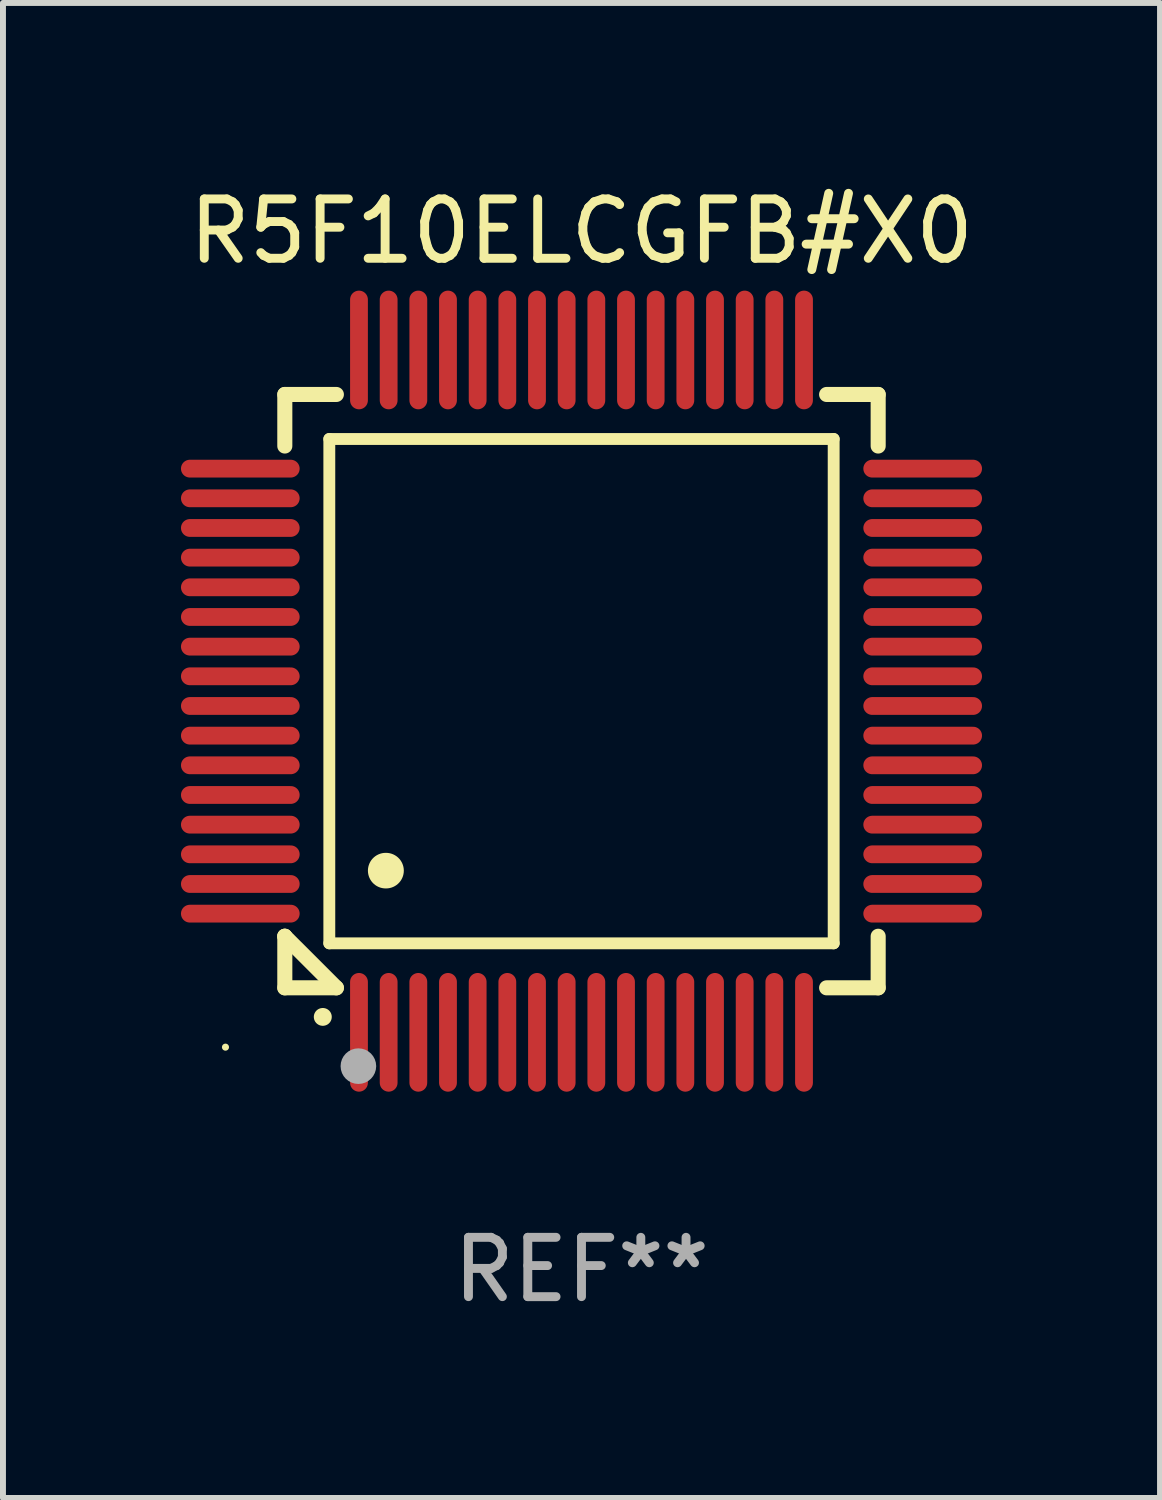
<source format=kicad_pcb>
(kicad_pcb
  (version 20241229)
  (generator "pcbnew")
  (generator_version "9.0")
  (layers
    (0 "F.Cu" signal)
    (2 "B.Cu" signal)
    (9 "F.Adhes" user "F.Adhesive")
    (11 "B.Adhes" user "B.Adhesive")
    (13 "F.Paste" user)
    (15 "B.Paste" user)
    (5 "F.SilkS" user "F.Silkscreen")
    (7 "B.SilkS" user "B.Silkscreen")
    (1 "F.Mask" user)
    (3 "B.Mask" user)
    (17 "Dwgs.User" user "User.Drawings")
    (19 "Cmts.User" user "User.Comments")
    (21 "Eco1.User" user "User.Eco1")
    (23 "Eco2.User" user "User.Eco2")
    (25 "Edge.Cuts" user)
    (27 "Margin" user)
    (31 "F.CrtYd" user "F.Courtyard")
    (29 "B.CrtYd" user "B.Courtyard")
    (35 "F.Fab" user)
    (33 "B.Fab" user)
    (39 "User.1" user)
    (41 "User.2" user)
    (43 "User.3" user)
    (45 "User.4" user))
  (footprint "R5F10ELCGFB#X0"
    (layer "F.Cu")
    (at 6.75 8.598)
    (property "Reference" "R5F10ELCGFB#X0" (at 0 -7.75 0) (layer "F.SilkS") (effects (font (size 1 1) (thickness 0.15))))
    (attr through_hole)
    (fp_line (start -5 -5) (end -4.131 -5) (stroke (width 0.254) (type solid)) (layer "F.SilkS"))
    (fp_line (start -5 -4.131) (end -5 -5) (stroke (width 0.254) (type solid)) (layer "F.SilkS"))
    (fp_line (start -5 4.131) (end -5 4.131) (stroke (width 0.254) (type solid)) (layer "F.SilkS"))
    (fp_line (start -5 5) (end -5 4.131) (stroke (width 0.254) (type solid)) (layer "F.SilkS"))
    (fp_line (start -5 4.131) (end -4.131 5) (stroke (width 0.254) (type solid)) (layer "F.SilkS"))
    (fp_line (start -4.25 -4.25) (end -4.25 4.25) (stroke (width 0.2) (type solid)) (layer "F.SilkS"))
    (fp_line (start -4.25 4.25) (end 4.25 4.25) (stroke (width 0.2) (type solid)) (layer "F.SilkS"))
    (fp_line (start -4.131 5) (end -5 5) (stroke (width 0.254) (type solid)) (layer "F.SilkS"))
    (fp_line (start 4.25 -4.25) (end -4.25 -4.25) (stroke (width 0.2) (type solid)) (layer "F.SilkS"))
    (fp_line (start 4.25 4.25) (end 4.25 -4.25) (stroke (width 0.2) (type solid)) (layer "F.SilkS"))
    (fp_line (start 5 -5) (end 4.131 -5) (stroke (width 0.254) (type solid)) (layer "F.SilkS"))
    (fp_line (start 5 -5) (end 5 -4.131) (stroke (width 0.254) (type solid)) (layer "F.SilkS"))
    (fp_line (start 5 4.131) (end 5 5) (stroke (width 0.254) (type solid)) (layer "F.SilkS"))
    (fp_line (start 5 5) (end 4.131 5) (stroke (width 0.254) (type solid)) (layer "F.SilkS"))
    (fp_arc (start -4.361265 5.489992) (mid -4.359995 5.489987) (end -4.358725 5.489992) (stroke (width 0.3) (type solid)) (layer "F.SilkS"))
    (fp_arc (start -3.299467 3.025146) (mid -3.296927 3.025135) (end -3.294387 3.025146) (stroke (width 0.6) (type solid)) (layer "F.SilkS"))
    (fp_circle (center -6 6) (end -5.97 6) (stroke (width 0.06) (type solid)) (fill no) (layer "F.SilkS"))
    (fp_circle (center -3.76 6.32) (end -3.61 6.32) (stroke (width 0.3) (type solid)) (fill no) (layer "F.Fab"))
    (fp_text user "REF**" (at 0 9.75 0) (layer "F.Fab") (effects (font (size 1 1) (thickness 0.15))))
    (pad "1" smd oval (at -3.75 5.75) (size 0.3 2) (layers "F.Cu" "F.Mask" "F.Paste"))
    (pad "2" smd oval (at -3.25 5.75) (size 0.3 2) (layers "F.Cu" "F.Mask" "F.Paste"))
    (pad "3" smd oval (at -2.75 5.75) (size 0.3 2) (layers "F.Cu" "F.Mask" "F.Paste"))
    (pad "4" smd oval (at -2.25 5.75) (size 0.3 2) (layers "F.Cu" "F.Mask" "F.Paste"))
    (pad "5" smd oval (at -1.75 5.75) (size 0.3 2) (layers "F.Cu" "F.Mask" "F.Paste"))
    (pad "6" smd oval (at -1.25 5.75) (size 0.3 2) (layers "F.Cu" "F.Mask" "F.Paste"))
    (pad "7" smd oval (at -0.75 5.75) (size 0.3 2) (layers "F.Cu" "F.Mask" "F.Paste"))
    (pad "8" smd oval (at -0.25 5.75) (size 0.3 2) (layers "F.Cu" "F.Mask" "F.Paste"))
    (pad "9" smd oval (at 0.25 5.75) (size 0.3 2) (layers "F.Cu" "F.Mask" "F.Paste"))
    (pad "10" smd oval (at 0.75 5.75) (size 0.3 2) (layers "F.Cu" "F.Mask" "F.Paste"))
    (pad "11" smd oval (at 1.25 5.75) (size 0.3 2) (layers "F.Cu" "F.Mask" "F.Paste"))
    (pad "12" smd oval (at 1.75 5.75) (size 0.3 2) (layers "F.Cu" "F.Mask" "F.Paste"))
    (pad "13" smd oval (at 2.25 5.75) (size 0.3 2) (layers "F.Cu" "F.Mask" "F.Paste"))
    (pad "14" smd oval (at 2.75 5.75) (size 0.3 2) (layers "F.Cu" "F.Mask" "F.Paste"))
    (pad "15" smd oval (at 3.25 5.75) (size 0.3 2) (layers "F.Cu" "F.Mask" "F.Paste"))
    (pad "16" smd oval (at 3.75 5.75) (size 0.3 2) (layers "F.Cu" "F.Mask" "F.Paste"))
    (pad "17" smd oval (at 5.75 3.75) (size 2 0.3) (layers "F.Cu" "F.Mask" "F.Paste"))
    (pad "18" smd oval (at 5.75 3.25) (size 2 0.3) (layers "F.Cu" "F.Mask" "F.Paste"))
    (pad "19" smd oval (at 5.75 2.75) (size 2 0.3) (layers "F.Cu" "F.Mask" "F.Paste"))
    (pad "20" smd oval (at 5.75 2.25) (size 2 0.3) (layers "F.Cu" "F.Mask" "F.Paste"))
    (pad "21" smd oval (at 5.75 1.75) (size 2 0.3) (layers "F.Cu" "F.Mask" "F.Paste"))
    (pad "22" smd oval (at 5.75 1.25) (size 2 0.3) (layers "F.Cu" "F.Mask" "F.Paste"))
    (pad "23" smd oval (at 5.75 0.75) (size 2 0.3) (layers "F.Cu" "F.Mask" "F.Paste"))
    (pad "24" smd oval (at 5.75 0.25) (size 2 0.3) (layers "F.Cu" "F.Mask" "F.Paste"))
    (pad "25" smd oval (at 5.75 -0.25) (size 2 0.3) (layers "F.Cu" "F.Mask" "F.Paste"))
    (pad "26" smd oval (at 5.75 -0.75) (size 2 0.3) (layers "F.Cu" "F.Mask" "F.Paste"))
    (pad "27" smd oval (at 5.75 -1.25) (size 2 0.3) (layers "F.Cu" "F.Mask" "F.Paste"))
    (pad "28" smd oval (at 5.75 -1.75) (size 2 0.3) (layers "F.Cu" "F.Mask" "F.Paste"))
    (pad "29" smd oval (at 5.75 -2.25) (size 2 0.3) (layers "F.Cu" "F.Mask" "F.Paste"))
    (pad "30" smd oval (at 5.75 -2.75) (size 2 0.3) (layers "F.Cu" "F.Mask" "F.Paste"))
    (pad "31" smd oval (at 5.75 -3.25) (size 2 0.3) (layers "F.Cu" "F.Mask" "F.Paste"))
    (pad "32" smd oval (at 5.75 -3.75) (size 2 0.3) (layers "F.Cu" "F.Mask" "F.Paste"))
    (pad "33" smd oval (at 3.75 -5.75) (size 0.3 2) (layers "F.Cu" "F.Mask" "F.Paste"))
    (pad "34" smd oval (at 3.25 -5.75) (size 0.3 2) (layers "F.Cu" "F.Mask" "F.Paste"))
    (pad "35" smd oval (at 2.75 -5.75) (size 0.3 2) (layers "F.Cu" "F.Mask" "F.Paste"))
    (pad "36" smd oval (at 2.25 -5.75) (size 0.3 2) (layers "F.Cu" "F.Mask" "F.Paste"))
    (pad "37" smd oval (at 1.75 -5.75) (size 0.3 2) (layers "F.Cu" "F.Mask" "F.Paste"))
    (pad "38" smd oval (at 1.25 -5.75) (size 0.3 2) (layers "F.Cu" "F.Mask" "F.Paste"))
    (pad "39" smd oval (at 0.75 -5.75) (size 0.3 2) (layers "F.Cu" "F.Mask" "F.Paste"))
    (pad "40" smd oval (at 0.25 -5.75) (size 0.3 2) (layers "F.Cu" "F.Mask" "F.Paste"))
    (pad "41" smd oval (at -0.25 -5.75) (size 0.3 2) (layers "F.Cu" "F.Mask" "F.Paste"))
    (pad "42" smd oval (at -0.75 -5.75) (size 0.3 2) (layers "F.Cu" "F.Mask" "F.Paste"))
    (pad "43" smd oval (at -1.25 -5.75) (size 0.3 2) (layers "F.Cu" "F.Mask" "F.Paste"))
    (pad "44" smd oval (at -1.75 -5.75) (size 0.3 2) (layers "F.Cu" "F.Mask" "F.Paste"))
    (pad "45" smd oval (at -2.25 -5.75) (size 0.3 2) (layers "F.Cu" "F.Mask" "F.Paste"))
    (pad "46" smd oval (at -2.75 -5.75) (size 0.3 2) (layers "F.Cu" "F.Mask" "F.Paste"))
    (pad "47" smd oval (at -3.25 -5.75) (size 0.3 2) (layers "F.Cu" "F.Mask" "F.Paste"))
    (pad "48" smd oval (at -3.75 -5.75) (size 0.3 2) (layers "F.Cu" "F.Mask" "F.Paste"))
    (pad "49" smd oval (at -5.75 -3.75) (size 2 0.3) (layers "F.Cu" "F.Mask" "F.Paste"))
    (pad "50" smd oval (at -5.75 -3.25) (size 2 0.3) (layers "F.Cu" "F.Mask" "F.Paste"))
    (pad "51" smd oval (at -5.75 -2.75) (size 2 0.3) (layers "F.Cu" "F.Mask" "F.Paste"))
    (pad "52" smd oval (at -5.75 -2.25) (size 2 0.3) (layers "F.Cu" "F.Mask" "F.Paste"))
    (pad "53" smd oval (at -5.75 -1.75) (size 2 0.3) (layers "F.Cu" "F.Mask" "F.Paste"))
    (pad "54" smd oval (at -5.75 -1.25) (size 2 0.3) (layers "F.Cu" "F.Mask" "F.Paste"))
    (pad "55" smd oval (at -5.75 -0.75) (size 2 0.3) (layers "F.Cu" "F.Mask" "F.Paste"))
    (pad "56" smd oval (at -5.75 -0.25) (size 2 0.3) (layers "F.Cu" "F.Mask" "F.Paste"))
    (pad "57" smd oval (at -5.75 0.25) (size 2 0.3) (layers "F.Cu" "F.Mask" "F.Paste"))
    (pad "58" smd oval (at -5.75 0.75) (size 2 0.3) (layers "F.Cu" "F.Mask" "F.Paste"))
    (pad "59" smd oval (at -5.75 1.25) (size 2 0.3) (layers "F.Cu" "F.Mask" "F.Paste"))
    (pad "60" smd oval (at -5.75 1.75) (size 2 0.3) (layers "F.Cu" "F.Mask" "F.Paste"))
    (pad "61" smd oval (at -5.75 2.25) (size 2 0.3) (layers "F.Cu" "F.Mask" "F.Paste"))
    (pad "62" smd oval (at -5.75 2.75) (size 2 0.3) (layers "F.Cu" "F.Mask" "F.Paste"))
    (pad "63" smd oval (at -5.75 3.25) (size 2 0.3) (layers "F.Cu" "F.Mask" "F.Paste"))
    (pad "64" smd oval (at -5.75 3.75) (size 2 0.3) (layers "F.Cu" "F.Mask" "F.Paste")))
  (gr_rect
    (start -3 -3)
    (end 16.5 22.196)
    (stroke (width 0.1) (type default))
    (fill no)
    (layer "Edge.Cuts")))
</source>
